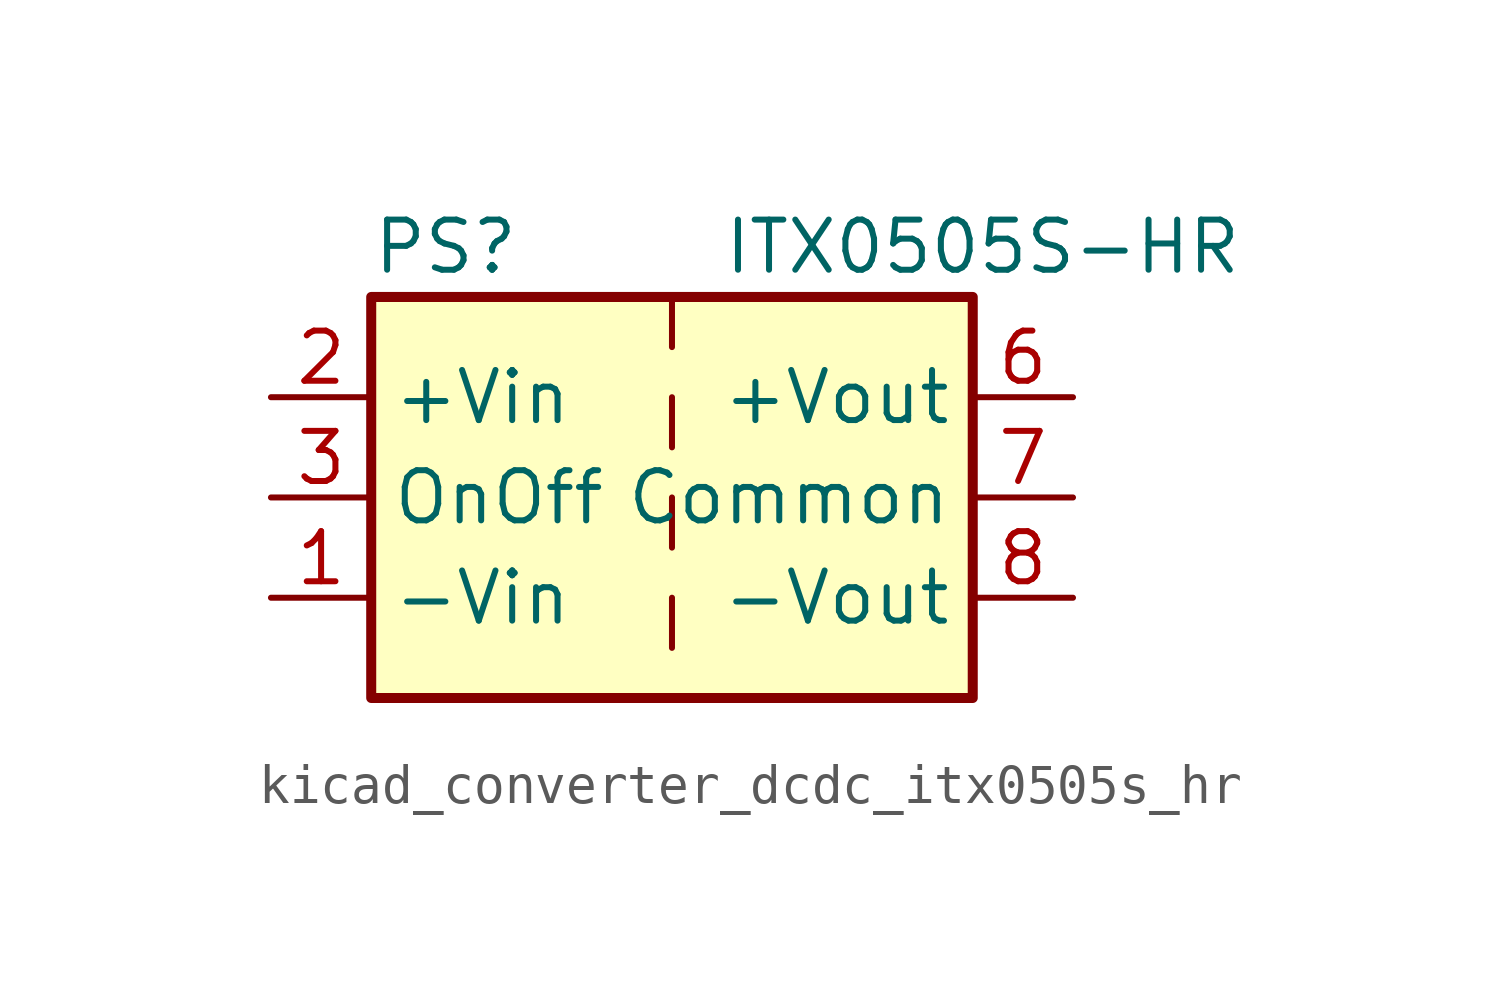
<source format=kicad_sym>
(kicad_symbol_lib
  (version 20220914)
  (generator kicad_symbol_editor)
  (symbol "kicad_converter_dcdc_itx0505s_hr"
    (property "Reference" "PS"
      (at -7.62 6.35 0)
      (effects (font (size 1.27 1.27)) (justify left)))
    (property "Value" "ITX0505S-HR"
      (at 1.27 6.35 0)
      (effects (font (size 1.27 1.27)) (justify left)))
    (symbol "kicad_converter_dcdc_itx0505s_hr_0_0"
      (pin power_in line (at -10.16 -2.54 0) (length 2.54) (name "-Vin" (effects (font (size 1.27 1.27)))) (number "1" (effects (font (size 1.27 1.27)))))
      (pin power_in line (at -10.16 2.54 0) (length 2.54) (name "+Vin" (effects (font (size 1.27 1.27)))) (number "2" (effects (font (size 1.27 1.27)))))
      (pin input line (at -10.16 0 0) (length 2.54) (name "OnOff" (effects (font (size 1.27 1.27)))) (number "3" (effects (font (size 1.27 1.27)))))
      (pin no_connect line (at 0 5.08 270) (length 2.54) hide (name "NC" (effects (font (size 1.27 1.27)))) (number "5" (effects (font (size 1.27 1.27)))))
      (pin power_out line (at 10.16 2.54 180) (length 2.54) (name "+Vout" (effects (font (size 1.27 1.27)))) (number "6" (effects (font (size 1.27 1.27)))))
      (pin power_out line (at 10.16 0 180) (length 2.54) (name "Common" (effects (font (size 1.27 1.27)))) (number "7" (effects (font (size 1.27 1.27)))))
      (pin power_out line (at 10.16 -2.54 180) (length 2.54) (name "-Vout" (effects (font (size 1.27 1.27)))) (number "8" (effects (font (size 1.27 1.27))))))
    (symbol "kicad_converter_dcdc_itx0505s_hr_0_1"
      (rectangle (start -7.62 5.08) (end 7.62 -5.08) (stroke (width 0.254) (type default)) (fill (type background)))
      (polyline (pts (xy 0 -2.54) (xy 0 -3.81)) (stroke (width 0) (type default)) (fill (type none)))
      (polyline (pts (xy 0 0) (xy 0 -1.27)) (stroke (width 0) (type default)) (fill (type none)))
      (polyline (pts (xy 0 2.54) (xy 0 1.27)) (stroke (width 0) (type default)) (fill (type none)))
      (polyline (pts (xy 0 5.08) (xy 0 3.81)) (stroke (width 0) (type default)) (fill (type none))))))
</source>
